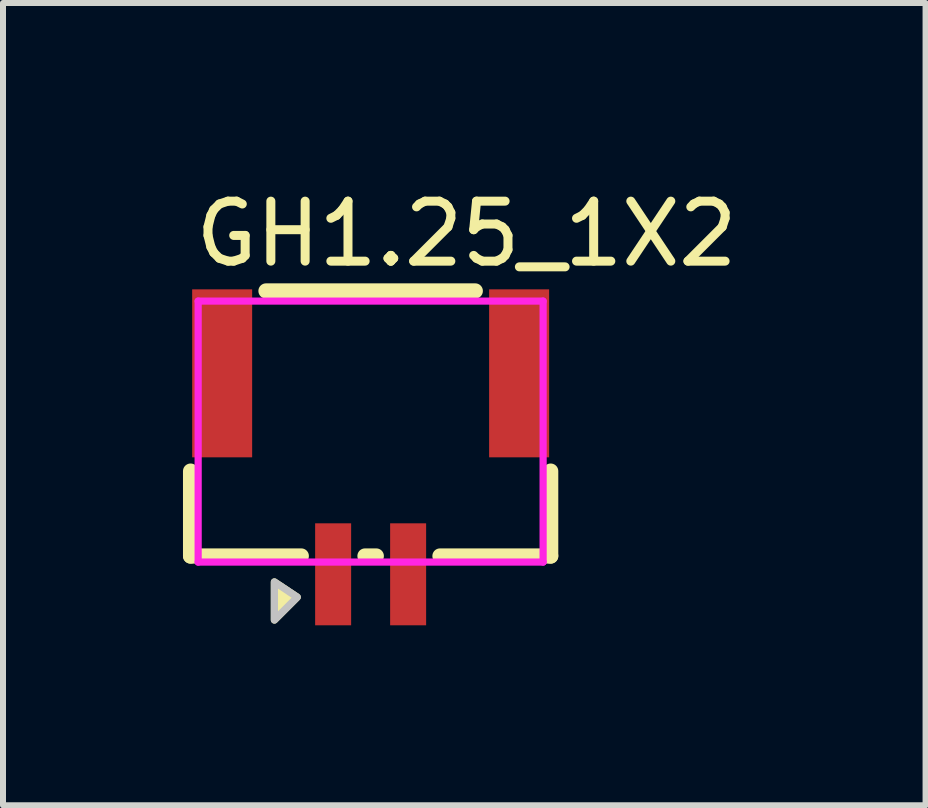
<source format=kicad_pcb>
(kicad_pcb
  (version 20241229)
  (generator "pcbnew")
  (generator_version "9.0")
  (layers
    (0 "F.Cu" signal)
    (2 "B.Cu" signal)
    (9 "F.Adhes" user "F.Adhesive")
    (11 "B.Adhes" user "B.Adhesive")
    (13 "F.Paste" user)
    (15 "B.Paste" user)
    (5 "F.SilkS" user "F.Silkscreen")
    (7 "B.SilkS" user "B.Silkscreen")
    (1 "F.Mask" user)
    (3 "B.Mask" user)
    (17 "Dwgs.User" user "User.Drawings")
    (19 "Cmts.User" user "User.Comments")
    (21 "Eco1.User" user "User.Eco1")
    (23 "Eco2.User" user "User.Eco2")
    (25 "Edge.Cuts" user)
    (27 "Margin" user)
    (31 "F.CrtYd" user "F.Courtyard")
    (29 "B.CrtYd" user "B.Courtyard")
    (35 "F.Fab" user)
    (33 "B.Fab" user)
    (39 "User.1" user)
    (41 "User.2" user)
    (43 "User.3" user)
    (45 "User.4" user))
  (footprint "GH1.25_1X2"
    (layer "F.Cu")
    (at 3.128 4.848)
    (property "Reference" "GH1.25_1X2" (at -3 -4 0) (layer "F.SilkS") (effects (font (size 1 1) (thickness 0.15)) (justify left)))
    (attr through_hole)
    (fp_line (start -3.001 -0.045) (end -3.001 1.37) (stroke (width 0.254) (type solid)) (layer "F.SilkS"))
    (fp_line (start -3.001 1.37) (end -1.156 1.37) (stroke (width 0.254) (type solid)) (layer "F.SilkS"))
    (fp_line (start -1.744 -3.048) (end 1.744 -3.048) (stroke (width 0.254) (type solid)) (layer "F.SilkS"))
    (fp_line (start -0.094 1.37) (end 0.094 1.37) (stroke (width 0.254) (type solid)) (layer "F.SilkS"))
    (fp_line (start 1.156 1.37) (end 3.001 1.37) (stroke (width 0.254) (type solid)) (layer "F.SilkS"))
    (fp_line (start 3.001 1.37) (end 3.001 -0.045) (stroke (width 0.254) (type solid)) (layer "F.SilkS"))
    (fp_poly (pts (xy -1.223 2.056) (xy -1.604 2.437) (xy -1.604 1.802)) (stroke (width 0.12) (type solid)) (fill yes) (layer "F.SilkS"))
    (fp_poly (pts (xy -1.223 2.056) (xy -1.604 2.437) (xy -1.604 1.802)) (stroke (width 0.12) (type solid)) (fill no) (layer "Dwgs.User"))
    (fp_circle (center -2.875 2.075) (end -2.845 2.075) (stroke (width 0.06) (type solid)) (fill no) (layer "Eco2.User"))
    (fp_poly (pts (xy -2.375 -0.879) (xy -2.575 -0.879) (xy -2.575 -2.879) (xy -2.375 -2.879)) (stroke (width 0.12) (type solid)) (fill no) (layer "Eco2.User"))
    (fp_poly (pts (xy -0.525 2.075) (xy -0.725 2.075) (xy -0.725 1.275) (xy -0.525 1.275)) (stroke (width 0.12) (type solid)) (fill no) (layer "Eco2.User"))
    (fp_poly (pts (xy 0.725 2.075) (xy 0.525 2.075) (xy 0.525 1.275) (xy 0.725 1.275)) (stroke (width 0.12) (type solid)) (fill no) (layer "Eco2.User"))
    (fp_poly (pts (xy 2.575 -0.879) (xy 2.375 -0.879) (xy 2.375 -2.879) (xy 2.575 -2.879)) (stroke (width 0.12) (type solid)) (fill no) (layer "Eco2.User"))
    (fp_line (start -2.875 -2.879) (end 2.875 -2.879) (stroke (width 0.12) (type solid)) (layer "F.CrtYd"))
    (fp_line (start -2.875 1.471) (end -2.875 -2.879) (stroke (width 0.12) (type solid)) (layer "F.CrtYd"))
    (fp_line (start 2.875 -2.879) (end 2.875 1.471) (stroke (width 0.12) (type solid)) (layer "F.CrtYd"))
    (fp_line (start 2.875 1.471) (end -2.875 1.471) (stroke (width 0.12) (type solid)) (layer "F.CrtYd"))
    (pad "1" smd rect (at -0.625 1.675 180) (size 0.6 1.7) (layers "F.Cu" "F.Mask" "F.Paste"))
    (pad "2" smd rect (at 0.625 1.675 180) (size 0.6 1.7) (layers "F.Cu" "F.Mask" "F.Paste"))
    (pad "3" smd rect (at 2.475 -1.675 180) (size 1 2.8) (layers "F.Cu" "F.Mask" "F.Paste"))
    (pad "4" smd rect (at -2.475 -1.675 180) (size 1 2.8) (layers "F.Cu" "F.Mask" "F.Paste")))
  (gr_rect
    (start -3 -3)
    (end 12.378 10.373)
    (stroke (width 0.1) (type default))
    (fill no)
    (layer "Edge.Cuts")))
</source>
